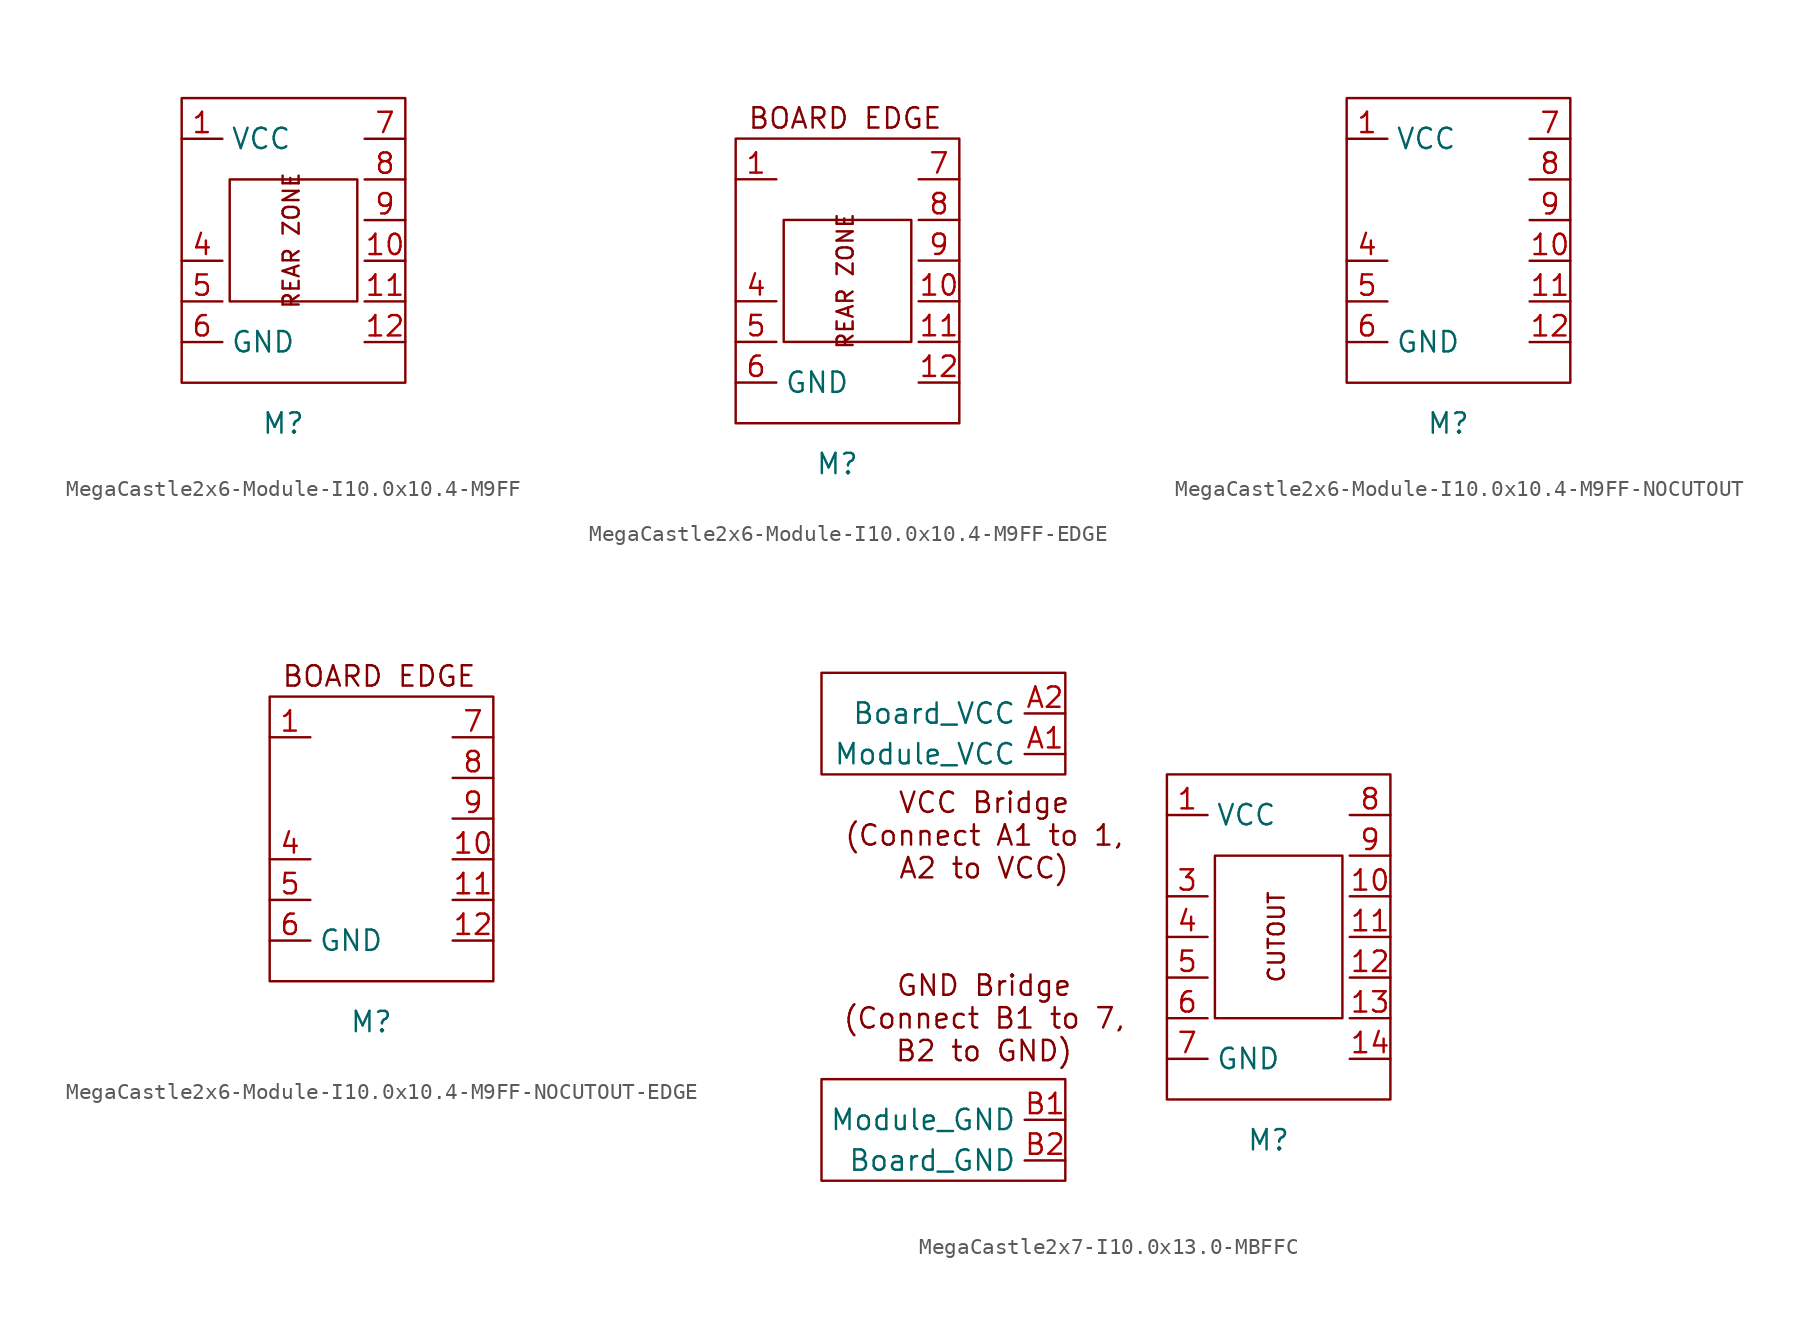
<source format=kicad_sym>
(kicad_symbol_lib
  (version 20231120)
  (generator "kicad_symbol_editor")
  (generator_version "8.0")
  (symbol "MegaCastle2x6-Module-I10.0x10.4-M9FF"
    (property "Reference" "M"
      (at 0 -11.43 0)
      (effects (font (size 1.27 1.27))))
    (property "Value" ""
      (at 0 5.08 0)
      (effects (font (size 1.27 1.27))))
    (symbol "MegaCastle2x6-Module-I10.0x10.4-M9FF_0_1"
      (rectangle (start -6.35 8.89) (end 7.62 -8.89) (stroke (width 0) (type default)) (fill (type none)))
      (rectangle (start -3.35 3.81) (end 4.62 -3.81) (stroke (width 0) (type default)) (fill (type none))))
    (symbol "MegaCastle2x6-Module-I10.0x10.4-M9FF_1_1"
      (text "REAR ZONE" (at 0.5 0 900) (effects (font (size 1 1))))
      (pin bidirectional line (at -6.35 6.35 0) (length 2.54) (name "VCC" (effects (font (size 1.27 1.27)))) (number "1" (effects (font (size 1.27 1.27)))))
      (pin bidirectional line (at 7.62 -1.27 180) (length 2.54) (name "" (effects (font (size 1.27 1.27)))) (number "10" (effects (font (size 1.27 1.27)))))
      (pin bidirectional line (at 7.62 -3.81 180) (length 2.54) (name "" (effects (font (size 1.27 1.27)))) (number "11" (effects (font (size 1.27 1.27)))))
      (pin bidirectional line (at 7.62 -6.35 180) (length 2.54) (name "" (effects (font (size 1.27 1.27)))) (number "12" (effects (font (size 1.27 1.27)))))
      (pin bidirectional line (at -6.35 -1.27 0) (length 2.54) (name "" (effects (font (size 1.27 1.27)))) (number "4" (effects (font (size 1.27 1.27)))))
      (pin bidirectional line (at -6.35 -3.81 0) (length 2.54) (name "" (effects (font (size 1.27 1.27)))) (number "5" (effects (font (size 1.27 1.27)))))
      (pin bidirectional line (at -6.35 -6.35 0) (length 2.54) (name "GND" (effects (font (size 1.27 1.27)))) (number "6" (effects (font (size 1.27 1.27)))))
      (pin bidirectional line (at 7.62 6.35 180) (length 2.54) (name "" (effects (font (size 1.27 1.27)))) (number "7" (effects (font (size 1.27 1.27)))))
      (pin bidirectional line (at 7.62 3.81 180) (length 2.54) (name "" (effects (font (size 1.27 1.27)))) (number "8" (effects (font (size 1.27 1.27)))))
      (pin bidirectional line (at 7.62 1.27 180) (length 2.54) (name "" (effects (font (size 1.27 1.27)))) (number "9" (effects (font (size 1.27 1.27)))))))
  (symbol "MegaCastle2x6-Module-I10.0x10.4-M9FF-EDGE"
    (property "Reference" "M"
      (at 0 -11.43 0)
      (effects (font (size 1.27 1.27))))
    (property "Value" ""
      (at 0 5.08 0)
      (effects (font (size 1.27 1.27))))
    (symbol "MegaCastle2x6-Module-I10.0x10.4-M9FF-EDGE_0_1"
      (rectangle (start -6.35 8.89) (end 7.62 -8.89) (stroke (width 0) (type default)) (fill (type none)))
      (rectangle (start -3.35 3.81) (end 4.62 -3.81) (stroke (width 0) (type default)) (fill (type none))))
    (symbol "MegaCastle2x6-Module-I10.0x10.4-M9FF-EDGE_1_1"
      (text " BOARD EDGE" (at 0 10.16 0) (effects (font (size 1.27 1.27))))
      (text "REAR ZONE" (at 0.5 0 900) (effects (font (size 1 1))))
      (pin bidirectional line (at -6.35 6.35 0) (length 2.54) (name "" (effects (font (size 1.27 1.27)))) (number "1" (effects (font (size 1.27 1.27)))))
      (pin bidirectional line (at 7.62 -1.27 180) (length 2.54) (name "" (effects (font (size 1.27 1.27)))) (number "10" (effects (font (size 1.27 1.27)))))
      (pin bidirectional line (at 7.62 -3.81 180) (length 2.54) (name "" (effects (font (size 1.27 1.27)))) (number "11" (effects (font (size 1.27 1.27)))))
      (pin bidirectional line (at 7.62 -6.35 180) (length 2.54) (name "" (effects (font (size 1.27 1.27)))) (number "12" (effects (font (size 1.27 1.27)))))
      (pin bidirectional line (at -6.35 -1.27 0) (length 2.54) (name "" (effects (font (size 1.27 1.27)))) (number "4" (effects (font (size 1.27 1.27)))))
      (pin bidirectional line (at -6.35 -3.81 0) (length 2.54) (name "" (effects (font (size 1.27 1.27)))) (number "5" (effects (font (size 1.27 1.27)))))
      (pin bidirectional line (at -6.35 -6.35 0) (length 2.54) (name "GND" (effects (font (size 1.27 1.27)))) (number "6" (effects (font (size 1.27 1.27)))))
      (pin bidirectional line (at 7.62 6.35 180) (length 2.54) (name "" (effects (font (size 1.27 1.27)))) (number "7" (effects (font (size 1.27 1.27)))))
      (pin bidirectional line (at 7.62 3.81 180) (length 2.54) (name "" (effects (font (size 1.27 1.27)))) (number "8" (effects (font (size 1.27 1.27)))))
      (pin bidirectional line (at 7.62 1.27 180) (length 2.54) (name "" (effects (font (size 1.27 1.27)))) (number "9" (effects (font (size 1.27 1.27)))))))
  (symbol "MegaCastle2x6-Module-I10.0x10.4-M9FF-NOCUTOUT"
    (property "Reference" "M"
      (at 0 -11.43 0)
      (effects (font (size 1.27 1.27))))
    (property "Value" ""
      (at 0 5.08 0)
      (effects (font (size 1.27 1.27))))
    (symbol "MegaCastle2x6-Module-I10.0x10.4-M9FF-NOCUTOUT_0_1"
      (rectangle (start -6.35 8.89) (end 7.62 -8.89) (stroke (width 0) (type default)) (fill (type none))))
    (symbol "MegaCastle2x6-Module-I10.0x10.4-M9FF-NOCUTOUT_1_1"
      (pin bidirectional line (at -6.35 6.35 0) (length 2.54) (name "VCC" (effects (font (size 1.27 1.27)))) (number "1" (effects (font (size 1.27 1.27)))))
      (pin bidirectional line (at 7.62 -1.27 180) (length 2.54) (name "" (effects (font (size 1.27 1.27)))) (number "10" (effects (font (size 1.27 1.27)))))
      (pin bidirectional line (at 7.62 -3.81 180) (length 2.54) (name "" (effects (font (size 1.27 1.27)))) (number "11" (effects (font (size 1.27 1.27)))))
      (pin bidirectional line (at 7.62 -6.35 180) (length 2.54) (name "" (effects (font (size 1.27 1.27)))) (number "12" (effects (font (size 1.27 1.27)))))
      (pin bidirectional line (at -6.35 -1.27 0) (length 2.54) (name "" (effects (font (size 1.27 1.27)))) (number "4" (effects (font (size 1.27 1.27)))))
      (pin bidirectional line (at -6.35 -3.81 0) (length 2.54) (name "" (effects (font (size 1.27 1.27)))) (number "5" (effects (font (size 1.27 1.27)))))
      (pin bidirectional line (at -6.35 -6.35 0) (length 2.54) (name "GND" (effects (font (size 1.27 1.27)))) (number "6" (effects (font (size 1.27 1.27)))))
      (pin bidirectional line (at 7.62 6.35 180) (length 2.54) (name "" (effects (font (size 1.27 1.27)))) (number "7" (effects (font (size 1.27 1.27)))))
      (pin bidirectional line (at 7.62 3.81 180) (length 2.54) (name "" (effects (font (size 1.27 1.27)))) (number "8" (effects (font (size 1.27 1.27)))))
      (pin bidirectional line (at 7.62 1.27 180) (length 2.54) (name "" (effects (font (size 1.27 1.27)))) (number "9" (effects (font (size 1.27 1.27)))))))
  (symbol "MegaCastle2x6-Module-I10.0x10.4-M9FF-NOCUTOUT-EDGE"
    (property "Reference" "M"
      (at 0 -11.43 0)
      (effects (font (size 1.27 1.27))))
    (property "Value" ""
      (at 0 5.08 0)
      (effects (font (size 1.27 1.27))))
    (symbol "MegaCastle2x6-Module-I10.0x10.4-M9FF-NOCUTOUT-EDGE_0_1"
      (rectangle (start -6.35 8.89) (end 7.62 -8.89) (stroke (width 0) (type default)) (fill (type none))))
    (symbol "MegaCastle2x6-Module-I10.0x10.4-M9FF-NOCUTOUT-EDGE_1_1"
      (text " BOARD EDGE" (at 0 10.16 0) (effects (font (size 1.27 1.27))))
      (pin bidirectional line (at -6.35 6.35 0) (length 2.54) (name "" (effects (font (size 1.27 1.27)))) (number "1" (effects (font (size 1.27 1.27)))))
      (pin bidirectional line (at 7.62 -1.27 180) (length 2.54) (name "" (effects (font (size 1.27 1.27)))) (number "10" (effects (font (size 1.27 1.27)))))
      (pin bidirectional line (at 7.62 -3.81 180) (length 2.54) (name "" (effects (font (size 1.27 1.27)))) (number "11" (effects (font (size 1.27 1.27)))))
      (pin bidirectional line (at 7.62 -6.35 180) (length 2.54) (name "" (effects (font (size 1.27 1.27)))) (number "12" (effects (font (size 1.27 1.27)))))
      (pin bidirectional line (at -6.35 -1.27 0) (length 2.54) (name "" (effects (font (size 1.27 1.27)))) (number "4" (effects (font (size 1.27 1.27)))))
      (pin bidirectional line (at -6.35 -3.81 0) (length 2.54) (name "" (effects (font (size 1.27 1.27)))) (number "5" (effects (font (size 1.27 1.27)))))
      (pin bidirectional line (at -6.35 -6.35 0) (length 2.54) (name "GND" (effects (font (size 1.27 1.27)))) (number "6" (effects (font (size 1.27 1.27)))))
      (pin bidirectional line (at 7.62 6.35 180) (length 2.54) (name "" (effects (font (size 1.27 1.27)))) (number "7" (effects (font (size 1.27 1.27)))))
      (pin bidirectional line (at 7.62 3.81 180) (length 2.54) (name "" (effects (font (size 1.27 1.27)))) (number "8" (effects (font (size 1.27 1.27)))))
      (pin bidirectional line (at 7.62 1.27 180) (length 2.54) (name "" (effects (font (size 1.27 1.27)))) (number "9" (effects (font (size 1.27 1.27)))))))
  (symbol "MegaCastle2x7-I10.0x13.0-MBFFC"
    (property "Reference" "M"
      (at 0 -12.7 0)
      (effects (font (size 1.27 1.27))))
    (property "Value" ""
      (at 0 5.08 0)
      (effects (font (size 1.27 1.27))))
    (symbol "MegaCastle2x7-I10.0x13.0-MBFFC_0_1"
      (rectangle (start -27.94 -8.89) (end -12.7 -15.24) (stroke (width 0) (type default)) (fill (type none)))
      (rectangle (start -27.94 16.51) (end -12.7 10.16) (stroke (width 0) (type default)) (fill (type none)))
      (rectangle (start -6.35 10.16) (end 7.62 -10.16) (stroke (width 0) (type default)) (fill (type none)))
      (rectangle (start -3.35 5.08) (end 4.62 -5.08) (stroke (width 0) (type default)) (fill (type none))))
    (symbol "MegaCastle2x7-I10.0x13.0-MBFFC_1_1"
      (text "CUTOUT" (at 0.5 0 900) (effects (font (size 1 1))))
      (text "GND Bridge\n(Connect B1 to 7,\nB2 to GND)" (at -17.78 -5.08 0) (effects (font (size 1.27 1.27))))
      (text "VCC Bridge\n(Connect A1 to 1,\nA2 to VCC)" (at -17.78 6.35 0) (effects (font (size 1.27 1.27))))
      (pin bidirectional line (at -6.35 7.62 0) (length 2.54) (name "VCC" (effects (font (size 1.27 1.27)))) (number "1" (effects (font (size 1.27 1.27)))))
      (pin bidirectional line (at 7.62 2.54 180) (length 2.54) (name "" (effects (font (size 1.27 1.27)))) (number "10" (effects (font (size 1.27 1.27)))))
      (pin bidirectional line (at 7.62 0 180) (length 2.54) (name "" (effects (font (size 1.27 1.27)))) (number "11" (effects (font (size 1.27 1.27)))))
      (pin bidirectional line (at 7.62 -2.54 180) (length 2.54) (name "" (effects (font (size 1.27 1.27)))) (number "12" (effects (font (size 1.27 1.27)))))
      (pin bidirectional line (at 7.62 -5.08 180) (length 2.54) (name "" (effects (font (size 1.27 1.27)))) (number "13" (effects (font (size 1.27 1.27)))))
      (pin bidirectional line (at 7.62 -7.62 180) (length 2.54) (name "" (effects (font (size 1.27 1.27)))) (number "14" (effects (font (size 1.27 1.27)))))
      (pin bidirectional line (at -6.35 2.54 0) (length 2.54) (name "" (effects (font (size 1.27 1.27)))) (number "3" (effects (font (size 1.27 1.27)))))
      (pin bidirectional line (at -6.35 0 0) (length 2.54) (name "" (effects (font (size 1.27 1.27)))) (number "4" (effects (font (size 1.27 1.27)))))
      (pin bidirectional line (at -6.35 -2.54 0) (length 2.54) (name "" (effects (font (size 1.27 1.27)))) (number "5" (effects (font (size 1.27 1.27)))))
      (pin bidirectional line (at -6.35 -5.08 0) (length 2.54) (name "" (effects (font (size 1.27 1.27)))) (number "6" (effects (font (size 1.27 1.27)))))
      (pin bidirectional line (at -6.35 -7.62 0) (length 2.54) (name "GND" (effects (font (size 1.27 1.27)))) (number "7" (effects (font (size 1.27 1.27)))))
      (pin bidirectional line (at 7.62 7.62 180) (length 2.54) (name "" (effects (font (size 1.27 1.27)))) (number "8" (effects (font (size 1.27 1.27)))))
      (pin bidirectional line (at 7.62 5.08 180) (length 2.54) (name "" (effects (font (size 1.27 1.27)))) (number "9" (effects (font (size 1.27 1.27)))))
      (pin bidirectional line (at -12.7 11.43 180) (length 2.54) (name "Module_VCC" (effects (font (size 1.27 1.27)))) (number "A1" (effects (font (size 1.27 1.27)))))
      (pin bidirectional line (at -12.7 13.97 180) (length 2.54) (name "Board_VCC" (effects (font (size 1.27 1.27)))) (number "A2" (effects (font (size 1.27 1.27)))))
      (pin bidirectional line (at -12.7 -11.43 180) (length 2.54) (name "Module_GND" (effects (font (size 1.27 1.27)))) (number "B1" (effects (font (size 1.27 1.27)))))
      (pin bidirectional line (at -12.7 -13.97 180) (length 2.54) (name "Board_GND" (effects (font (size 1.27 1.27)))) (number "B2" (effects (font (size 1.27 1.27))))))))
</source>
